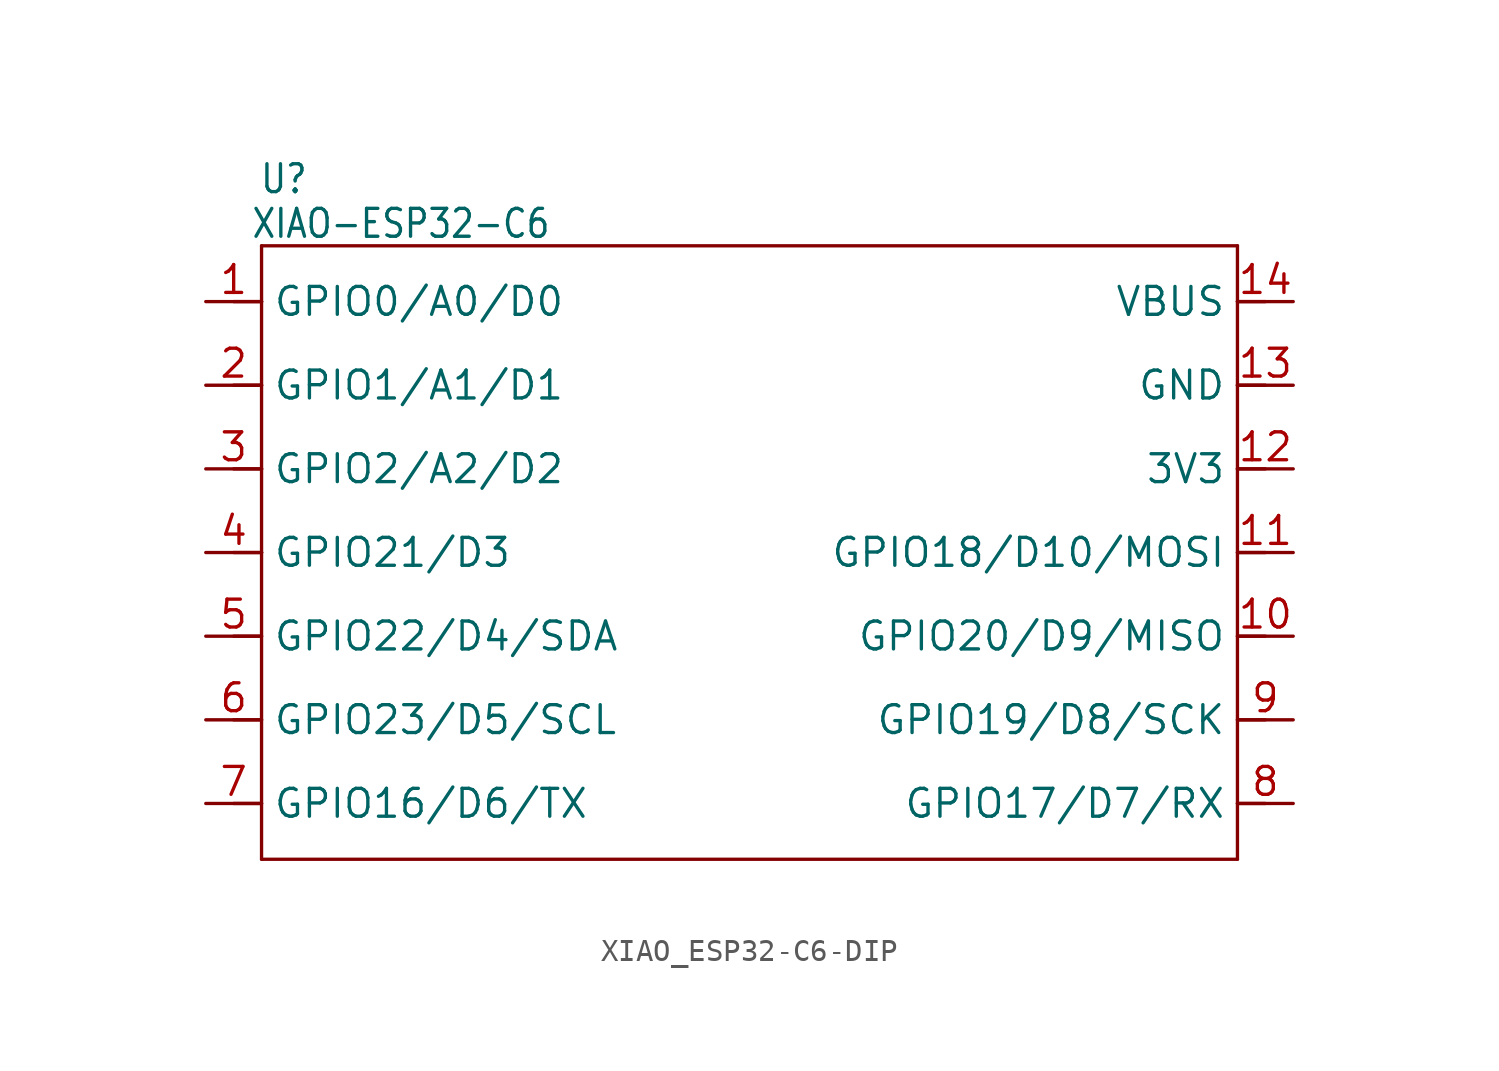
<source format=kicad_sym>
(kicad_symbol_lib
  (version 20241209)
  (generator "kicad_symbol_editor")
  (generator_version "9.0")
  (symbol "XIAO_ESP32-C6-DIP"
    (property "Reference" "U"
      (at -20.574 17.018 0)
      (effects (font (size 1.27 1.079))))
    (property "Value" "XIAO-ESP32-C6"
      (at -15.24 14.986 0)
      (effects (font (size 1.27 1.079))))
    (property "Rating" ""
      (at 0 0 0)
      (effects (font (size 1.27 1.27))))
    (symbol "XIAO_ESP32-C6-DIP_1_0"
      (polyline (pts (xy -21.59 13.97) (xy 22.86 13.97)) (stroke (width 0.152) (type solid)) (fill (type none)))
      (polyline (pts (xy -21.59 11.43) (xy -22.86 11.43)) (stroke (width 0.152) (type solid)) (fill (type none)))
      (polyline (pts (xy -21.59 11.43) (xy -21.59 13.97)) (stroke (width 0.152) (type solid)) (fill (type none)))
      (polyline (pts (xy -21.59 7.62) (xy -22.86 7.62)) (stroke (width 0.152) (type solid)) (fill (type none)))
      (polyline (pts (xy -21.59 7.62) (xy -21.59 11.43)) (stroke (width 0.152) (type solid)) (fill (type none)))
      (polyline (pts (xy -21.59 3.81) (xy -22.86 3.81)) (stroke (width 0.152) (type solid)) (fill (type none)))
      (polyline (pts (xy -21.59 3.81) (xy -21.59 7.62)) (stroke (width 0.152) (type solid)) (fill (type none)))
      (polyline (pts (xy -21.59 0) (xy -22.86 0)) (stroke (width 0.152) (type solid)) (fill (type none)))
      (polyline (pts (xy -21.59 0) (xy -21.59 3.81)) (stroke (width 0.152) (type solid)) (fill (type none)))
      (polyline (pts (xy -21.59 -3.81) (xy -22.86 -3.81)) (stroke (width 0.152) (type solid)) (fill (type none)))
      (polyline (pts (xy -21.59 -7.62) (xy -22.86 -7.62)) (stroke (width 0.152) (type solid)) (fill (type none)))
      (polyline (pts (xy -21.59 -11.43) (xy -22.86 -11.43)) (stroke (width 0.152) (type solid)) (fill (type none)))
      (polyline (pts (xy -21.59 -13.97) (xy -21.59 0)) (stroke (width 0.152) (type solid)) (fill (type none)))
      (polyline (pts (xy 22.86 13.97) (xy 22.86 11.43)) (stroke (width 0.152) (type solid)) (fill (type none)))
      (polyline (pts (xy 22.86 11.43) (xy 22.86 7.62)) (stroke (width 0.152) (type solid)) (fill (type none)))
      (polyline (pts (xy 22.86 7.62) (xy 22.86 3.81)) (stroke (width 0.152) (type solid)) (fill (type none)))
      (polyline (pts (xy 22.86 3.81) (xy 22.86 -13.97)) (stroke (width 0.152) (type solid)) (fill (type none)))
      (polyline (pts (xy 22.86 -13.97) (xy -21.59 -13.97)) (stroke (width 0.152) (type solid)) (fill (type none)))
      (polyline (pts (xy 24.13 11.43) (xy 22.86 11.43)) (stroke (width 0.152) (type solid)) (fill (type none)))
      (polyline (pts (xy 24.13 7.62) (xy 22.86 7.62)) (stroke (width 0.152) (type solid)) (fill (type none)))
      (polyline (pts (xy 24.13 3.81) (xy 22.86 3.81)) (stroke (width 0.152) (type solid)) (fill (type none)))
      (polyline (pts (xy 24.13 0) (xy 22.86 0)) (stroke (width 0.152) (type solid)) (fill (type none)))
      (polyline (pts (xy 24.13 -3.81) (xy 22.86 -3.81)) (stroke (width 0.152) (type solid)) (fill (type none)))
      (polyline (pts (xy 24.13 -7.62) (xy 22.86 -7.62)) (stroke (width 0.152) (type solid)) (fill (type none)))
      (polyline (pts (xy 24.13 -11.43) (xy 22.86 -11.43)) (stroke (width 0.152) (type solid)) (fill (type none)))
      (pin passive line (at -24.13 11.43 0) (length 2.54) (name "GPIO0/A0/D0" (effects (font (size 1.27 1.27)))) (number "1" (effects (font (size 1.27 1.27)))))
      (pin passive line (at -24.13 7.62 0) (length 2.54) (name "GPIO1/A1/D1" (effects (font (size 1.27 1.27)))) (number "2" (effects (font (size 1.27 1.27)))))
      (pin passive line (at -24.13 3.81 0) (length 2.54) (name "GPIO2/A2/D2" (effects (font (size 1.27 1.27)))) (number "3" (effects (font (size 1.27 1.27)))))
      (pin passive line (at -24.13 0 0) (length 2.54) (name "GPIO21/D3" (effects (font (size 1.27 1.27)))) (number "4" (effects (font (size 1.27 1.27)))))
      (pin passive line (at -24.13 -3.81 0) (length 2.54) (name "GPIO22/D4/SDA" (effects (font (size 1.27 1.27)))) (number "5" (effects (font (size 1.27 1.27)))))
      (pin passive line (at -24.13 -7.62 0) (length 2.54) (name "GPIO23/D5/SCL" (effects (font (size 1.27 1.27)))) (number "6" (effects (font (size 1.27 1.27)))))
      (pin passive line (at -24.13 -11.43 0) (length 2.54) (name "GPIO16/D6/TX" (effects (font (size 1.27 1.27)))) (number "7" (effects (font (size 1.27 1.27)))))
      (pin passive line (at 25.4 11.43 180) (length 2.54) (name "VBUS" (effects (font (size 1.27 1.27)))) (number "14" (effects (font (size 1.27 1.27)))))
      (pin passive line (at 25.4 7.62 180) (length 2.54) (name "GND" (effects (font (size 1.27 1.27)))) (number "13" (effects (font (size 1.27 1.27)))))
      (pin passive line (at 25.4 3.81 180) (length 2.54) (name "3V3" (effects (font (size 1.27 1.27)))) (number "12" (effects (font (size 1.27 1.27)))))
      (pin passive line (at 25.4 0 180) (length 2.54) (name "GPIO18/D10/MOSI" (effects (font (size 1.27 1.27)))) (number "11" (effects (font (size 1.27 1.27)))))
      (pin passive line (at 25.4 -3.81 180) (length 2.54) (name "GPIO20/D9/MISO" (effects (font (size 1.27 1.27)))) (number "10" (effects (font (size 1.27 1.27)))))
      (pin passive line (at 25.4 -7.62 180) (length 2.54) (name "GPIO19/D8/SCK" (effects (font (size 1.27 1.27)))) (number "9" (effects (font (size 1.27 1.27)))))
      (pin passive line (at 25.4 -11.43 180) (length 2.54) (name "GPIO17/D7/RX" (effects (font (size 1.27 1.27)))) (number "8" (effects (font (size 1.27 1.27))))))))
</source>
